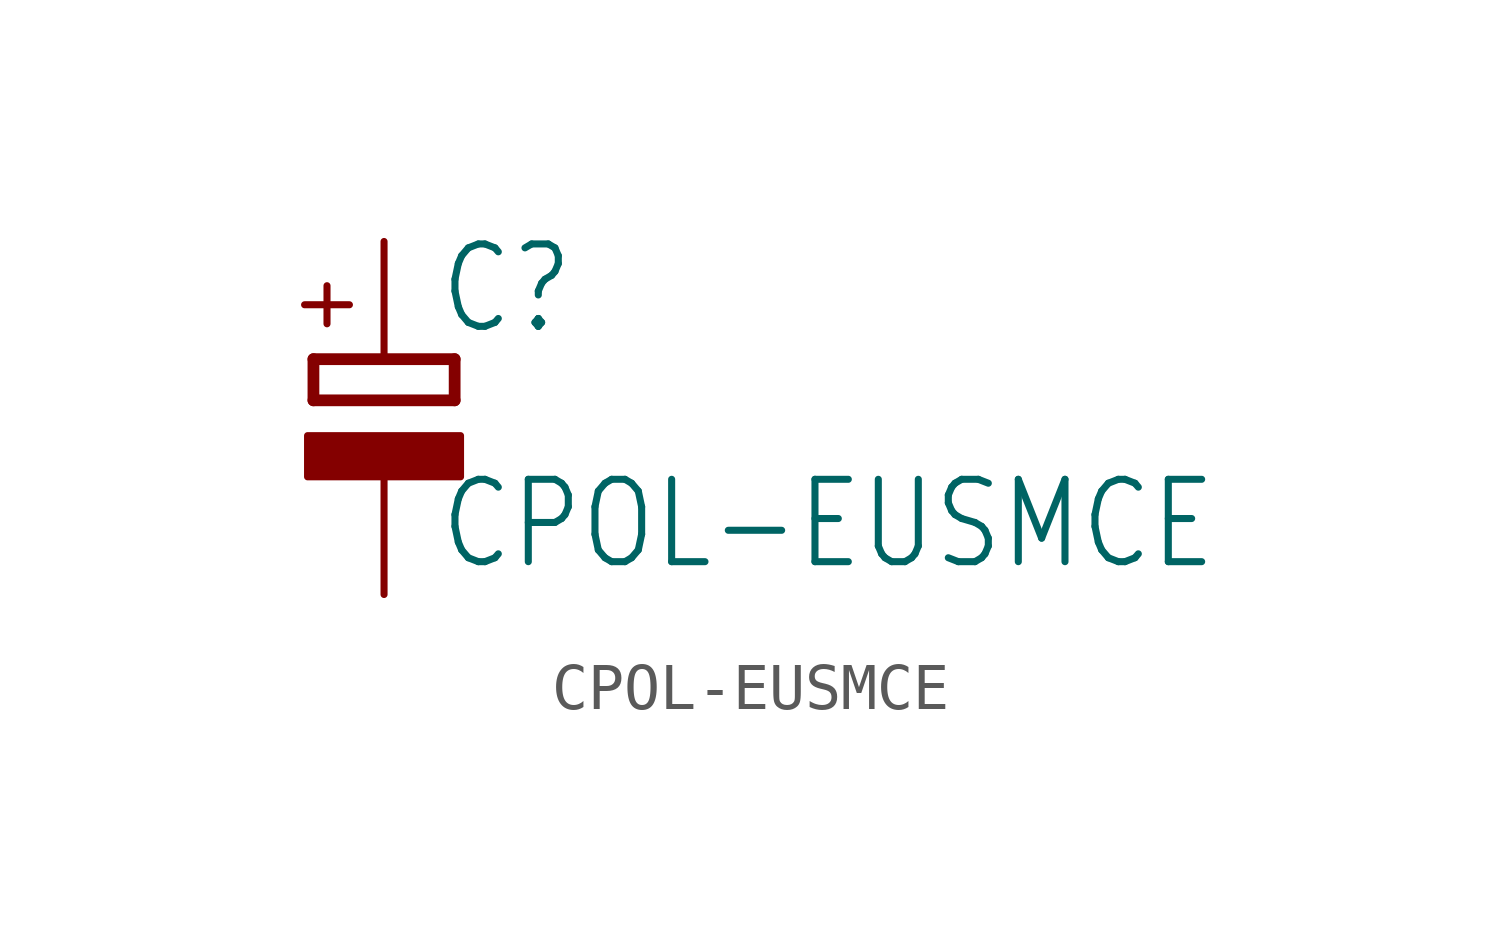
<source format=kicad_sym>
(kicad_symbol_lib
  (version 20220331)
  (generator kicad_symbol_editor)
  (symbol "CPOL-EUSMCE"
    (property "Reference" "C"
      (at 1.143 0.483 0)
      (effects (font (size 1.778 1.511)) (justify left bottom)))
    (property "Value" "CPOL-EUSMCE"
      (at 1.143 -4.597 0)
      (effects (font (size 1.778 1.511)) (justify left bottom)))
    (property "ki_locked" ""
      (at 0 0 0)
      (effects (font (size 1.27 1.27))))
    (symbol "CPOL-EUSMCE_1_0"
      (rectangle (start -1.651 -2.54) (end 1.651 -1.651) (stroke (width 0) (type default)) (fill (type outline)))
      (polyline (pts (xy -1.524 -0.889) (xy 1.524 -0.889)) (stroke (width 0.254) (type solid)) (fill (type none)))
      (polyline (pts (xy -1.524 0) (xy -1.524 -0.889)) (stroke (width 0.254) (type solid)) (fill (type none)))
      (polyline (pts (xy -1.524 0) (xy 1.524 0)) (stroke (width 0.254) (type solid)) (fill (type none)))
      (polyline (pts (xy 1.524 -0.889) (xy 1.524 0)) (stroke (width 0.254) (type solid)) (fill (type none)))
      (text "+" (at -0.584 0.406 900) (effects (font (size 1.27 1.079)) (justify left bottom)))
      (pin passive line (at 0 2.54 270) (length 2.54) (name "+" (effects (font (size 0 0)))) (number "+" (effects (font (size 0 0)))))
      (pin passive line (at 0 -5.08 90) (length 2.54) (name "-" (effects (font (size 0 0)))) (number "-" (effects (font (size 0 0))))))))
</source>
